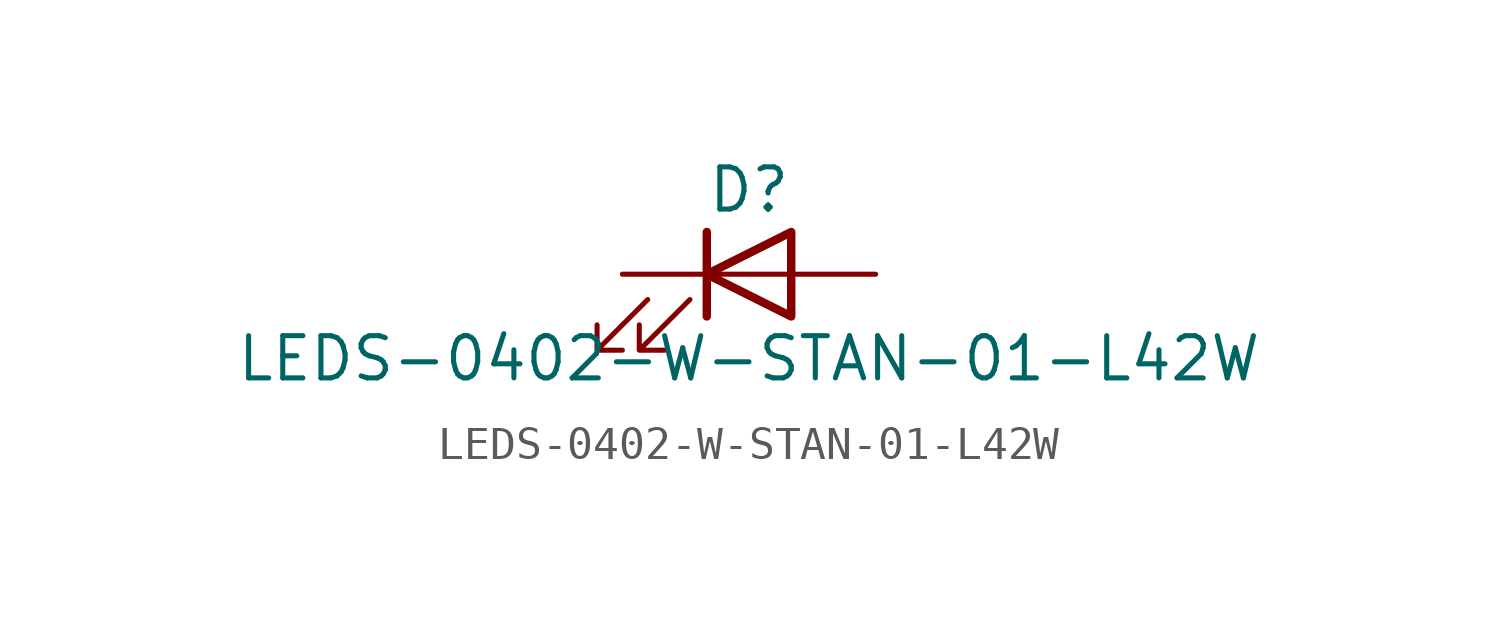
<source format=kicad_sym>
(kicad_symbol_lib
  (version 20211014)
  (generator kicad_symbol_editor)
  (symbol "LEDS-0402-W-STAN-01-L42W"
    (pin_numbers hide)
    (pin_names
      (offset 1.016) hide)
    (property "Reference" "D"
      (at 0 2.54 0)
      (effects (font (size 1.27 1.27))))
    (property "Value" "LEDS-0402-W-STAN-01-L42W"
      (at 0 -2.54 0)
      (effects (font (size 1.27 1.27))))
    (symbol "LEDS-0402-W-STAN-01-L42W_0_1"
      (polyline (pts (xy -1.27 -1.27) (xy -1.27 1.27)) (stroke (width 0.254) (type default) (color 0 0 0 0)) (fill (type none)))
      (polyline (pts (xy -1.27 0) (xy 1.27 0)) (stroke (width 0) (type default) (color 0 0 0 0)) (fill (type none)))
      (polyline (pts (xy 1.27 -1.27) (xy 1.27 1.27) (xy -1.27 0) (xy 1.27 -1.27)) (stroke (width 0.254) (type default) (color 0 0 0 0)) (fill (type none)))
      (polyline (pts (xy -3.048 -0.762) (xy -4.572 -2.286) (xy -3.81 -2.286) (xy -4.572 -2.286) (xy -4.572 -1.524)) (stroke (width 0) (type default) (color 0 0 0 0)) (fill (type none)))
      (polyline (pts (xy -1.778 -0.762) (xy -3.302 -2.286) (xy -2.54 -2.286) (xy -3.302 -2.286) (xy -3.302 -1.524)) (stroke (width 0) (type default) (color 0 0 0 0)) (fill (type none))))
    (symbol "LEDS-0402-W-STAN-01-L42W_1_1"
      (pin passive line (at -3.81 0 0) (length 2.54) (name "K" (effects (font (size 1.27 1.27)))) (number "1" (effects (font (size 1.27 1.27)))))
      (pin passive line (at 3.81 0 180) (length 2.54) (name "A" (effects (font (size 1.27 1.27)))) (number "2" (effects (font (size 1.27 1.27))))))))
</source>
